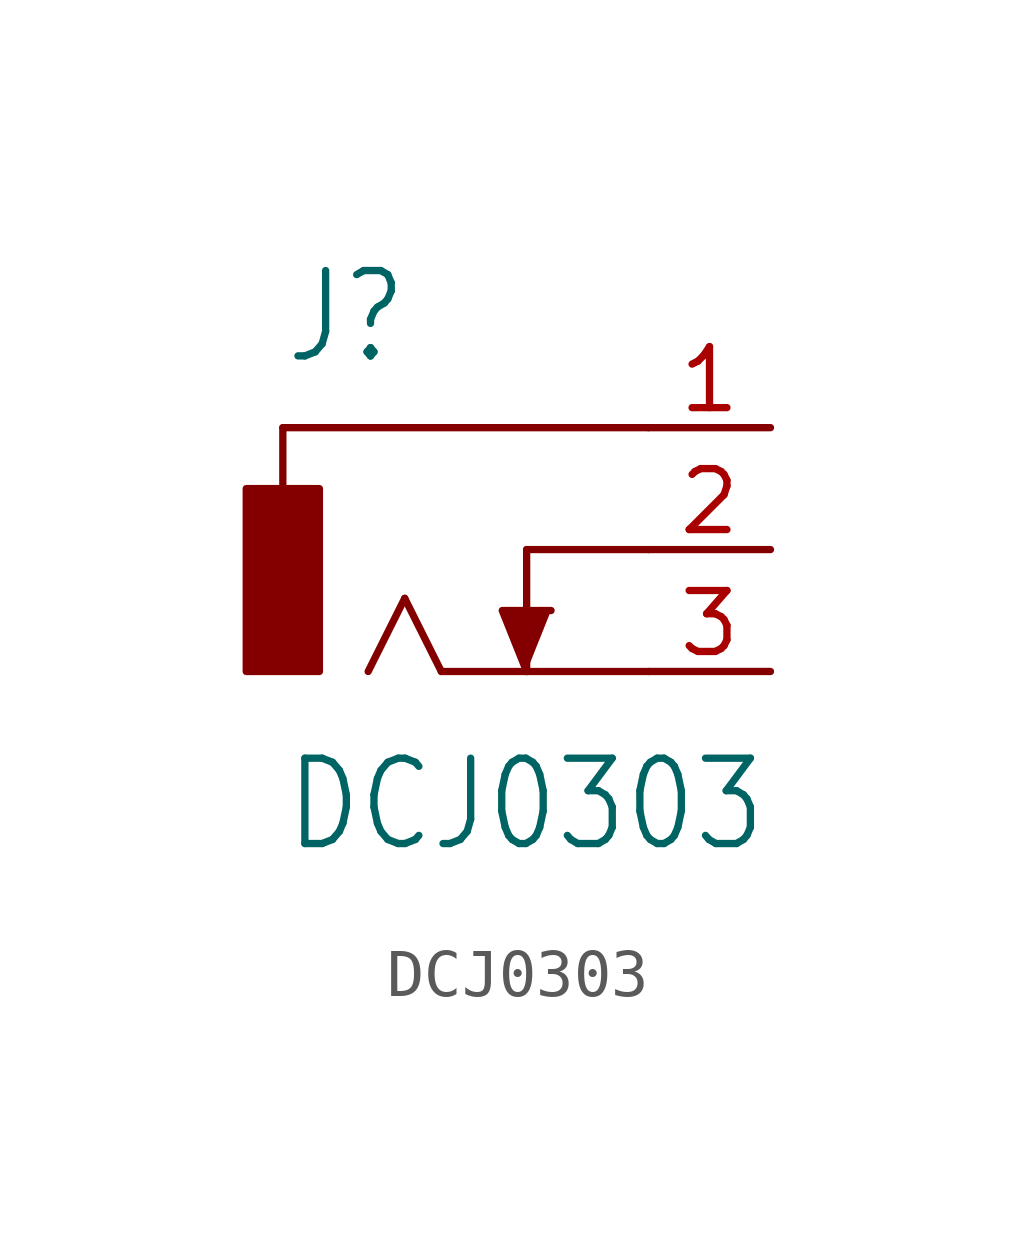
<source format=kicad_sym>
(kicad_symbol_lib
  (version 20211014)
  (generator kicad_symbol_editor)
  (symbol "DCJ0303"
    (property "Reference" "J"
      (at -2.54 3.81 0)
      (effects (font (size 1.778 1.511)) (justify left bottom)))
    (property "Value" "DCJ0303"
      (at -2.54 -6.35 0)
      (effects (font (size 1.778 1.511)) (justify left bottom)))
    (property "ki_locked" ""
      (at 0 0 0)
      (effects (font (size 1.27 1.27))))
    (symbol "DCJ0303_1_0"
      (rectangle (start -3.302 -2.54) (end -1.778 1.27) (stroke (width 0) (type default) (color 0 0 0 0)) (fill (type outline)))
      (polyline (pts (xy -2.54 2.54) (xy -2.54 1.27)) (stroke (width 0.152) (type default) (color 0 0 0 0)) (fill (type none)))
      (polyline (pts (xy 0 -1.016) (xy -0.762 -2.54)) (stroke (width 0.152) (type default) (color 0 0 0 0)) (fill (type none)))
      (polyline (pts (xy 0.762 -2.54) (xy 0 -1.016)) (stroke (width 0.152) (type default) (color 0 0 0 0)) (fill (type none)))
      (polyline (pts (xy 2.54 -2.54) (xy 0.762 -2.54)) (stroke (width 0.152) (type default) (color 0 0 0 0)) (fill (type none)))
      (polyline (pts (xy 2.54 0) (xy 2.54 -2.54)) (stroke (width 0.152) (type default) (color 0 0 0 0)) (fill (type none)))
      (polyline (pts (xy 5.08 -2.54) (xy 2.54 -2.54)) (stroke (width 0.152) (type default) (color 0 0 0 0)) (fill (type none)))
      (polyline (pts (xy 5.08 0) (xy 2.54 0)) (stroke (width 0.152) (type default) (color 0 0 0 0)) (fill (type none)))
      (polyline (pts (xy 5.08 2.54) (xy -2.54 2.54)) (stroke (width 0.152) (type default) (color 0 0 0 0)) (fill (type none)))
      (polyline (pts (xy 2.54 -2.54) (xy 2.032 -1.27) (xy 3.048 -1.27)) (stroke (width 0) (type default) (color 0 0 0 0)) (fill (type outline)))
      (pin passive line (at 7.62 2.54 180) (length 2.54) (name "1" (effects (font (size 0 0)))) (number "1" (effects (font (size 1.27 1.27)))))
      (pin passive line (at 7.62 0 180) (length 2.54) (name "2" (effects (font (size 0 0)))) (number "2" (effects (font (size 1.27 1.27)))))
      (pin passive line (at 7.62 -2.54 180) (length 2.54) (name "3" (effects (font (size 0 0)))) (number "3" (effects (font (size 1.27 1.27))))))))
</source>
